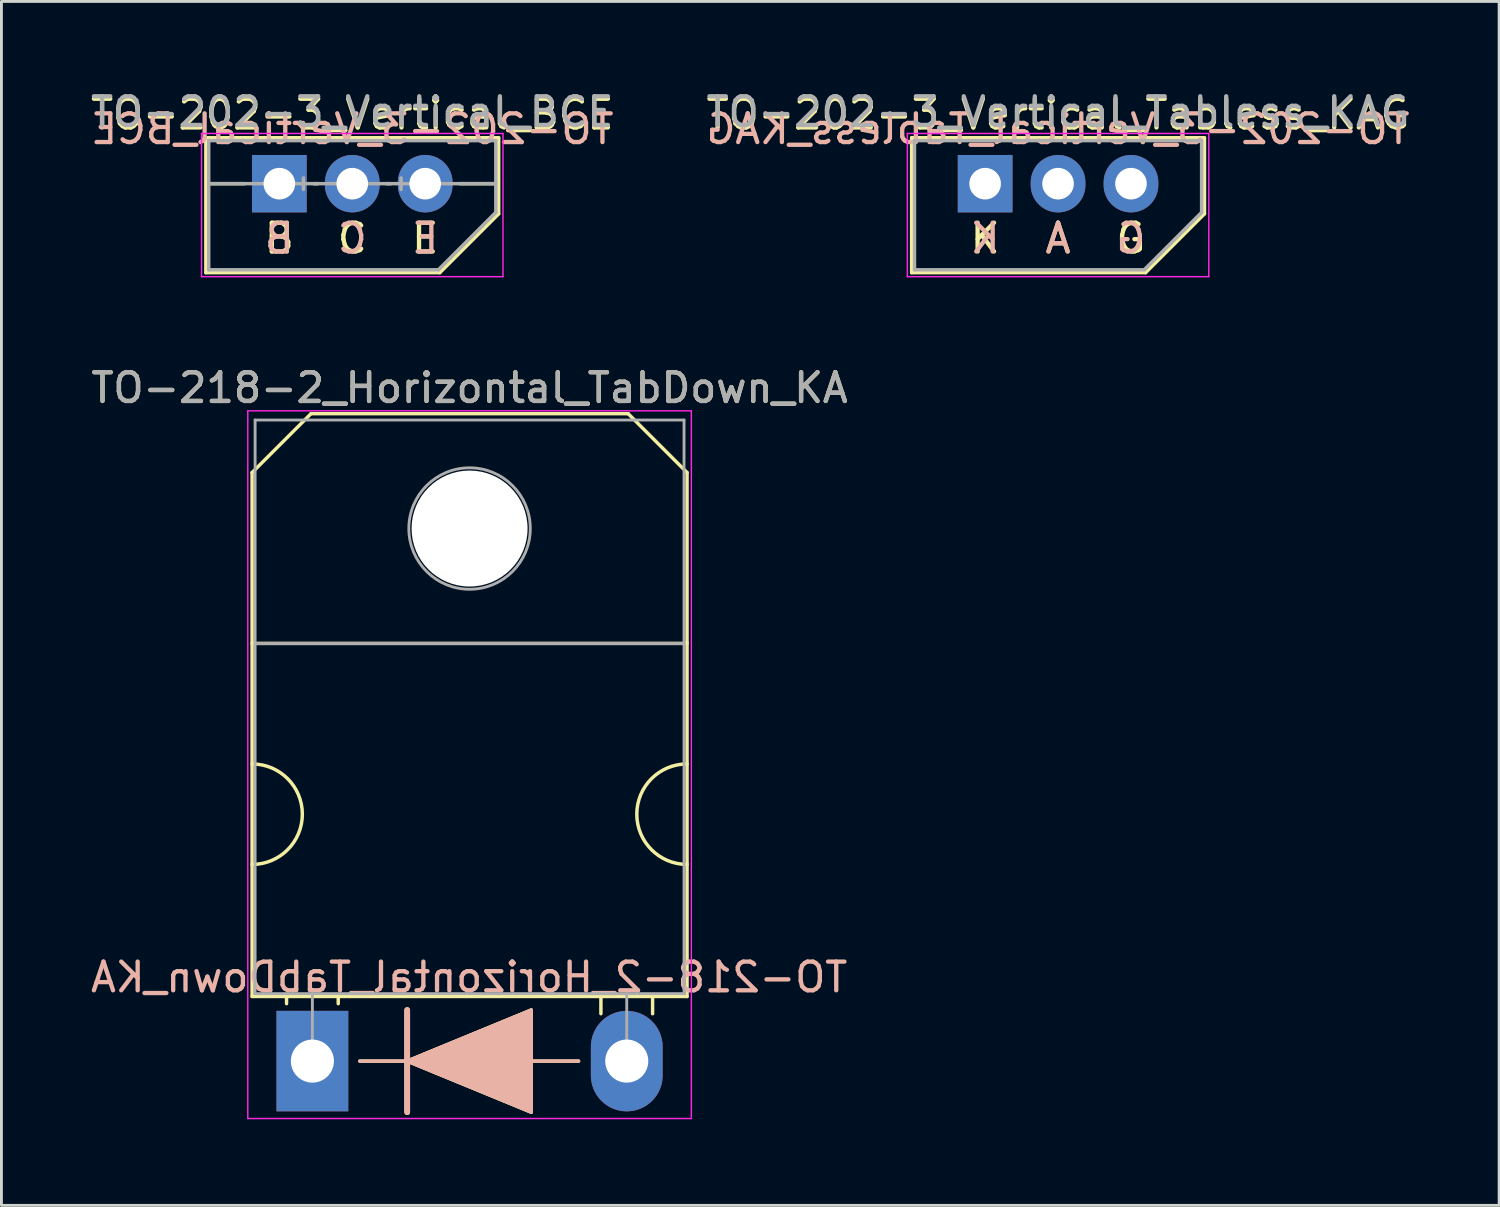
<source format=kicad_pcb>
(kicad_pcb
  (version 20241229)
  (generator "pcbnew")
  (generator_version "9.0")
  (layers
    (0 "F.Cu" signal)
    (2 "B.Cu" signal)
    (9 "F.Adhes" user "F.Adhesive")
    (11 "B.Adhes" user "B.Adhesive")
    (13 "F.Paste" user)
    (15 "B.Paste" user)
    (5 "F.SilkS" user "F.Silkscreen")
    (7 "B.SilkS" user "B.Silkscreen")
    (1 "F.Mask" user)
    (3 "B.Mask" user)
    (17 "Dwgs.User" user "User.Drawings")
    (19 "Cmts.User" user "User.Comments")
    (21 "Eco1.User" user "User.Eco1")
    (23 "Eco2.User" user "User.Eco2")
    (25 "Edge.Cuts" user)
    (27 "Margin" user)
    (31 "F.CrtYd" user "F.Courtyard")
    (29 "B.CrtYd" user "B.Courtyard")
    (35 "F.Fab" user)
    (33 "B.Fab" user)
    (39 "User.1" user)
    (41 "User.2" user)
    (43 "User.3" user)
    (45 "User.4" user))
  (footprint "TO-202-3_Vertical_Tabless_KAG"
    (layer "F.Cu")
    (at 31.264 3.348)
    (property "Reference" "TO-202-3_Vertical_Tabless_KAG" (at 2.54 -2.413 0) (layer "F.SilkS") (effects (font (size 1 1) (thickness 0.15))))
    (fp_line (start -2.56 -1.6) (end 7.64 -1.6) (stroke (width 0.12) (type solid)) (layer "F.SilkS"))
    (fp_line (start -2.56 3.1) (end -2.56 -1.6) (stroke (width 0.12) (type solid)) (layer "F.SilkS"))
    (fp_line (start 5.59 3.1) (end -2.56 3.1) (stroke (width 0.12) (type solid)) (layer "F.SilkS"))
    (fp_line (start 7.64 -1.6) (end 7.64 1.05) (stroke (width 0.12) (type solid)) (layer "F.SilkS"))
    (fp_line (start 7.64 1.05) (end 5.59 3.1) (stroke (width 0.12) (type solid)) (layer "F.SilkS"))
    (fp_line (start -2.71 -1.749) (end -2.71 3.239) (stroke (width 0.05) (type solid)) (layer "F.CrtYd"))
    (fp_line (start -2.71 3.239) (end 7.79 3.239) (stroke (width 0.05) (type solid)) (layer "F.CrtYd"))
    (fp_line (start 7.79 -1.749) (end -2.71 -1.749) (stroke (width 0.05) (type solid)) (layer "F.CrtYd"))
    (fp_line (start 7.79 3.239) (end 7.79 -1.749) (stroke (width 0.05) (type solid)) (layer "F.CrtYd"))
    (fp_line (start -2.46 -1.5) (end -2.46 3) (stroke (width 0.12) (type solid)) (layer "F.Fab"))
    (fp_line (start -2.46 -1.5) (end 7.54 -1.5) (stroke (width 0.12) (type solid)) (layer "F.Fab"))
    (fp_line (start -2.46 3) (end 5.54 3) (stroke (width 0.12) (type solid)) (layer "F.Fab"))
    (fp_line (start 7.54 -1.5) (end 7.54 1) (stroke (width 0.12) (type solid)) (layer "F.Fab"))
    (fp_line (start 7.54 1) (end 5.54 3) (stroke (width 0.12) (type solid)) (layer "F.Fab"))
    (fp_text user "A" (at 2.54 1.905 0) (unlocked yes) (layer "F.SilkS") (effects (font (size 1 1) (thickness 0.15))))
    (fp_text user "G" (at 5.08 1.905 0) (unlocked yes) (layer "F.SilkS") (effects (font (size 1 1) (thickness 0.15))))
    (fp_text user "K" (at 0 1.905 0) (unlocked yes) (layer "F.SilkS") (effects (font (size 1 1) (thickness 0.15))))
    (fp_text user "K" (at 0 1.905 0) (unlocked yes) (layer "B.SilkS") (effects (font (size 1 1) (thickness 0.15)) (justify mirror)))
    (fp_text user "A" (at 2.54 1.905 0) (unlocked yes) (layer "B.SilkS") (effects (font (size 1 1) (thickness 0.15)) (justify mirror)))
    (fp_text user "G" (at 5.08 1.905 0) (unlocked yes) (layer "B.SilkS") (effects (font (size 1 1) (thickness 0.15)) (justify mirror)))
    (fp_text user "${REFERENCE}" (at 2.54 -1.905 0) (layer "B.SilkS") (effects (font (size 1 1) (thickness 0.15)) (justify mirror)))
    (fp_text user "${REFERENCE}" (at 2.54 -2.5 0) (layer "F.Fab") (effects (font (size 1 1) (thickness 0.15))))
    (pad "1" thru_hole rect (at 0 0) (size 1.905 2) (drill 1.1) (layers "*.Cu" "*.Mask"))
    (pad "2" thru_hole oval (at 2.54 0) (size 1.905 2) (drill 1.1) (layers "*.Cu" "*.Mask"))
    (pad "3" thru_hole oval (at 5.08 0) (size 1.905 2) (drill 1.1) (layers "*.Cu" "*.Mask")))
  (footprint "TO-218-2_Horizontal_TabDown_KA"
    (layer "F.Cu")
    (at 7.831 33.91)
    (property "Reference" "TO-218-2_Horizontal_TabDown_KA" (at 5.475 -23.45 0) (layer "F.SilkS") (effects (font (size 1 1) (thickness 0.15))))
    (fp_line (start -2.1 -20.5) (end -0.05 -22.55) (stroke (width 0.12) (type solid)) (layer "F.SilkS"))
    (fp_line (start -2.1 -14.55) (end 13.05 -14.55) (stroke (width 0.12) (type solid)) (layer "F.SilkS"))
    (fp_line (start -2.1 -2.25) (end -2.1 -20.5) (stroke (width 0.12) (type solid)) (layer "F.SilkS"))
    (fp_line (start -0.9 -2.2) (end -0.9 -2) (stroke (width 0.12) (type solid)) (layer "F.SilkS"))
    (fp_line (start -0.05 -22.55) (end 11 -22.55) (stroke (width 0.12) (type solid)) (layer "F.SilkS"))
    (fp_line (start 0.9 -2.2) (end 0.9 -2) (stroke (width 0.12) (type solid)) (layer "F.SilkS"))
    (fp_line (start 1.651 0) (end 3.302 0) (stroke (width 0.12) (type solid)) (layer "F.SilkS"))
    (fp_line (start 3.302 0) (end 3.302 -1.778) (stroke (width 0.2) (type solid)) (layer "F.SilkS"))
    (fp_line (start 3.302 0) (end 7.62 -1.778) (stroke (width 0.12) (type solid)) (layer "F.SilkS"))
    (fp_line (start 3.302 1.778) (end 3.302 0) (stroke (width 0.2) (type solid)) (layer "F.SilkS"))
    (fp_line (start 7.62 -1.778) (end 7.62 1.778) (stroke (width 0.12) (type solid)) (layer "F.SilkS"))
    (fp_line (start 7.62 0) (end 9.271 0) (stroke (width 0.12) (type solid)) (layer "F.SilkS"))
    (fp_line (start 7.62 1.778) (end 3.302 0) (stroke (width 0.12) (type solid)) (layer "F.SilkS"))
    (fp_line (start 10.05 -2.2) (end 10.05 -1.65) (stroke (width 0.12) (type solid)) (layer "F.SilkS"))
    (fp_line (start 11.85 -2.2) (end 11.85 -1.65) (stroke (width 0.12) (type solid)) (layer "F.SilkS"))
    (fp_line (start 13.05 -20.5) (end 11 -22.55) (stroke (width 0.12) (type solid)) (layer "F.SilkS"))
    (fp_line (start 13.05 -20.5) (end 13.05 -2.25) (stroke (width 0.12) (type solid)) (layer "F.SilkS"))
    (fp_line (start 13.05 -2.25) (end -2.1 -2.25) (stroke (width 0.12) (type solid)) (layer "F.SilkS"))
    (fp_arc (start -2.1 -10.35) (mid -0.35 -8.6) (end -2.1 -6.85) (stroke (width 0.12) (type solid)) (layer "F.SilkS"))
    (fp_arc (start 13.05 -6.85) (mid 11.3 -8.6) (end 13.05 -10.35) (stroke (width 0.12) (type solid)) (layer "F.SilkS"))
    (fp_poly (pts (xy 7.62 1.778) (xy 3.302 0) (xy 7.62 -1.778)) (stroke (width 0.1) (type solid)) (fill yes) (layer "F.SilkS"))
    (fp_line (start 1.651 0) (end 3.302 0) (stroke (width 0.12) (type solid)) (layer "B.SilkS"))
    (fp_line (start 3.302 -1.778) (end 3.302 0) (stroke (width 0.2) (type solid)) (layer "B.SilkS"))
    (fp_line (start 3.302 0) (end 3.302 1.778) (stroke (width 0.2) (type solid)) (layer "B.SilkS"))
    (fp_line (start 3.302 0) (end 7.62 1.778) (stroke (width 0.12) (type solid)) (layer "B.SilkS"))
    (fp_line (start 7.62 -1.778) (end 3.302 0) (stroke (width 0.12) (type solid)) (layer "B.SilkS"))
    (fp_line (start 7.62 0) (end 9.271 0) (stroke (width 0.12) (type solid)) (layer "B.SilkS"))
    (fp_line (start 7.62 1.778) (end 7.62 -1.778) (stroke (width 0.12) (type solid)) (layer "B.SilkS"))
    (fp_poly (pts (xy 7.62 -1.778) (xy 3.302 0) (xy 7.62 1.778)) (stroke (width 0.1) (type solid)) (fill yes) (layer "B.SilkS"))
    (fp_line (start -2.25 -22.65) (end -2.25 2) (stroke (width 0.05) (type solid)) (layer "F.CrtYd"))
    (fp_line (start -2.25 2) (end 13.2 2) (stroke (width 0.05) (type solid)) (layer "F.CrtYd"))
    (fp_line (start 13.2 -22.65) (end -2.25 -22.65) (stroke (width 0.05) (type solid)) (layer "F.CrtYd"))
    (fp_line (start 13.2 2) (end 13.2 -22.65) (stroke (width 0.05) (type solid)) (layer "F.CrtYd"))
    (fp_line (start -1.995 -22.33) (end 12.945 -22.33) (stroke (width 0.1) (type solid)) (layer "F.Fab"))
    (fp_line (start -1.995 -14.54) (end -1.995 -22.33) (stroke (width 0.1) (type solid)) (layer "F.Fab"))
    (fp_line (start -1.995 -14.54) (end 12.945 -14.54) (stroke (width 0.1) (type solid)) (layer "F.Fab"))
    (fp_line (start -1.995 -2.35) (end -1.995 -14.54) (stroke (width 0.1) (type solid)) (layer "F.Fab"))
    (fp_line (start 0 -2.35) (end 0 0) (stroke (width 0.1) (type solid)) (layer "F.Fab"))
    (fp_line (start 10.95 -2.35) (end 10.95 0) (stroke (width 0.1) (type solid)) (layer "F.Fab"))
    (fp_line (start 12.945 -22.33) (end 12.945 -14.54) (stroke (width 0.1) (type solid)) (layer "F.Fab"))
    (fp_line (start 12.945 -14.54) (end -1.995 -14.54) (stroke (width 0.1) (type solid)) (layer "F.Fab"))
    (fp_line (start 12.945 -14.54) (end 12.945 -2.35) (stroke (width 0.1) (type solid)) (layer "F.Fab"))
    (fp_line (start 12.945 -2.35) (end -1.995 -2.35) (stroke (width 0.1) (type solid)) (layer "F.Fab"))
    (fp_circle (center 5.475 -18.55) (end 7.59 -18.55) (stroke (width 0.1) (type solid)) (fill no) (layer "F.Fab"))
    (fp_text user "${REFERENCE}" (at 5.461 -2.921 0) (layer "B.SilkS") (effects (font (size 1 1) (thickness 0.15)) (justify mirror)))
    (fp_text user "${REFERENCE}" (at 5.475 -23.45 0) (layer "F.Fab") (effects (font (size 1 1) (thickness 0.15))))
    (pad "" np_thru_hole oval (at 5.475 -18.55) (size 4.04 4.04) (drill 4.04) (layers "*.Cu" "*.Mask"))
    (pad "1" thru_hole rect (at 0 0) (size 2.5 3.5) (drill 1.5) (layers "*.Cu" "*.Mask"))
    (pad "2" thru_hole oval (at 10.95 0) (size 2.5 3.5) (drill 1.5) (layers "*.Cu" "*.Mask")))
  (footprint "TO-202-3_Vertical_BCE"
    (layer "F.Cu")
    (at 6.68 3.348)
    (property "Reference" "TO-202-3_Vertical_BCE" (at 2.54 -2.413 0) (layer "F.SilkS") (effects (font (size 1 1) (thickness 0.15))))
    (attr through_hole)
    (fp_line (start -2.56 -1.6) (end 7.64 -1.6) (stroke (width 0.12) (type solid)) (layer "F.SilkS"))
    (fp_line (start -2.56 3.1) (end -2.56 -1.6) (stroke (width 0.12) (type solid)) (layer "F.SilkS"))
    (fp_line (start -1.206 0) (end -2.54 0) (stroke (width 0.12) (type solid)) (layer "F.SilkS"))
    (fp_line (start 1.333 0) (end 1.206 0) (stroke (width 0.12) (type solid)) (layer "F.SilkS"))
    (fp_line (start 3.747 0) (end 3.873 0) (stroke (width 0.12) (type solid)) (layer "F.SilkS"))
    (fp_line (start 5.59 3.1) (end -2.56 3.1) (stroke (width 0.12) (type solid)) (layer "F.SilkS"))
    (fp_line (start 6.287 0) (end 7.62 0) (stroke (width 0.12) (type solid)) (layer "F.SilkS"))
    (fp_line (start 7.64 -1.6) (end 7.64 1.05) (stroke (width 0.12) (type solid)) (layer "F.SilkS"))
    (fp_line (start 7.64 1.05) (end 5.59 3.1) (stroke (width 0.12) (type solid)) (layer "F.SilkS"))
    (fp_line (start -2.71 -1.749) (end -2.71 3.239) (stroke (width 0.05) (type solid)) (layer "F.CrtYd"))
    (fp_line (start -2.71 3.239) (end 7.79 3.239) (stroke (width 0.05) (type solid)) (layer "F.CrtYd"))
    (fp_line (start 7.79 -1.749) (end -2.71 -1.749) (stroke (width 0.05) (type solid)) (layer "F.CrtYd"))
    (fp_line (start 7.79 3.239) (end 7.79 -1.749) (stroke (width 0.05) (type solid)) (layer "F.CrtYd"))
    (fp_line (start -2.46 -1.5) (end -2.46 3) (stroke (width 0.12) (type solid)) (layer "F.Fab"))
    (fp_line (start -2.46 -1.5) (end 7.54 -1.5) (stroke (width 0.12) (type solid)) (layer "F.Fab"))
    (fp_line (start -2.46 3) (end 5.54 3) (stroke (width 0.12) (type solid)) (layer "F.Fab"))
    (fp_line (start 0.84 -0.2) (end 0.84 0.2) (stroke (width 0.12) (type solid)) (layer "F.Fab"))
    (fp_line (start 4.24 -0.2) (end 4.24 0.2) (stroke (width 0.12) (type solid)) (layer "F.Fab"))
    (fp_line (start 7.54 -1.5) (end 7.54 1) (stroke (width 0.12) (type solid)) (layer "F.Fab"))
    (fp_line (start 7.54 0) (end -2.46 0) (stroke (width 0.12) (type solid)) (layer "F.Fab"))
    (fp_line (start 7.54 1) (end 5.54 3) (stroke (width 0.12) (type solid)) (layer "F.Fab"))
    (fp_text user "C" (at 2.54 1.905 0) (unlocked yes) (layer "F.SilkS") (effects (font (size 1 1) (thickness 0.15))))
    (fp_text user "E" (at 5.08 1.905 0) (unlocked yes) (layer "F.SilkS") (effects (font (size 1 1) (thickness 0.15))))
    (fp_text user "B" (at 0 1.905 0) (unlocked yes) (layer "F.SilkS") (effects (font (size 1 1) (thickness 0.15))))
    (fp_text user "${REFERENCE}" (at 2.54 -1.905 0) (layer "B.SilkS") (effects (font (size 1 1) (thickness 0.15)) (justify mirror)))
    (fp_text user "E" (at 5.08 1.905 0) (unlocked yes) (layer "B.SilkS") (effects (font (size 1 1) (thickness 0.15)) (justify mirror)))
    (fp_text user "B" (at 0 1.905 0) (unlocked yes) (layer "B.SilkS") (effects (font (size 1 1) (thickness 0.15)) (justify mirror)))
    (fp_text user "C" (at 2.54 1.905 0) (unlocked yes) (layer "B.SilkS") (effects (font (size 1 1) (thickness 0.15)) (justify mirror)))
    (fp_text user "${REFERENCE}" (at 2.54 -2.5 0) (layer "F.Fab") (effects (font (size 1 1) (thickness 0.15))))
    (pad "1" thru_hole rect (at 0 0) (size 1.905 2) (drill 1.1) (layers "*.Cu" "*.Mask"))
    (pad "2" thru_hole oval (at 2.54 0) (size 1.905 2) (drill 1.1) (layers "*.Cu" "*.Mask"))
    (pad "3" thru_hole oval (at 5.08 0) (size 1.905 2) (drill 1.1) (layers "*.Cu" "*.Mask")))
  (gr_rect
    (start -3 -3)
    (end 49.167 38.935)
    (stroke (width 0.1) (type default))
    (fill no)
    (layer "Edge.Cuts")))
</source>
